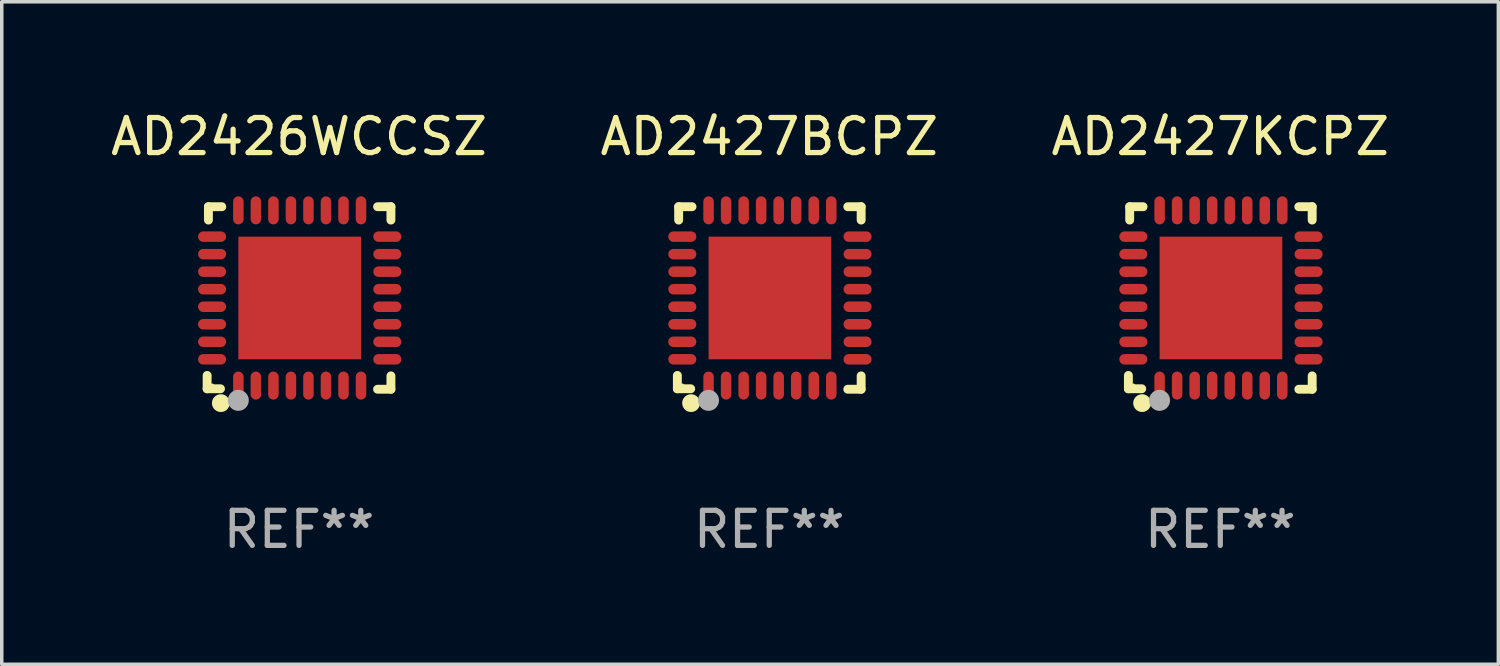
<source format=kicad_pcb>
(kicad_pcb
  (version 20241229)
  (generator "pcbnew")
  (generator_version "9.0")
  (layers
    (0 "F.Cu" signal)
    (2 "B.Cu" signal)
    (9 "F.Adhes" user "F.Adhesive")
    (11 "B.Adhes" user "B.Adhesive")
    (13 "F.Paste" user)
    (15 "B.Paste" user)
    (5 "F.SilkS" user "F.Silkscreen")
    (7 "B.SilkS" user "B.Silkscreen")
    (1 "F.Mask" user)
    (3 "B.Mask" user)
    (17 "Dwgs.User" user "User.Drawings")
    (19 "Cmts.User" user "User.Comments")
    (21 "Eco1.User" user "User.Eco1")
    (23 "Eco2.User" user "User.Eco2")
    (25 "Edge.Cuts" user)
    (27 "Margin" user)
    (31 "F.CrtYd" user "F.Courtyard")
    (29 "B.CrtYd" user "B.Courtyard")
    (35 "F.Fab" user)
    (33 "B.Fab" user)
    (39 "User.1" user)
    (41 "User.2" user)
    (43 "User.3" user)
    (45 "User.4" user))
  (footprint "AD2427BCPZ"
    (layer "F.Cu")
    (at 18.899 5.452)
    (property "Reference" "AD2427BCPZ" (at 0 -4.604 0) (layer "F.SilkS") (effects (font (size 1 1) (thickness 0.15))))
    (attr through_hole)
    (fp_line (start -2.622 2.21) (end -2.622 2.591) (stroke (width 0.254) (type solid)) (layer "F.SilkS"))
    (fp_line (start -2.622 2.591) (end -2.241 2.591) (stroke (width 0.254) (type solid)) (layer "F.SilkS"))
    (fp_line (start -2.585 -2.604) (end -2.585 -2.223) (stroke (width 0.254) (type solid)) (layer "F.SilkS"))
    (fp_line (start -2.204 -2.604) (end -2.585 -2.604) (stroke (width 0.254) (type solid)) (layer "F.SilkS"))
    (fp_line (start 2.241 2.604) (end 2.622 2.604) (stroke (width 0.254) (type solid)) (layer "F.SilkS"))
    (fp_line (start 2.622 -2.604) (end 2.241 -2.604) (stroke (width 0.254) (type solid)) (layer "F.SilkS"))
    (fp_line (start 2.622 -2.223) (end 2.622 -2.604) (stroke (width 0.254) (type solid)) (layer "F.SilkS"))
    (fp_line (start 2.622 2.604) (end 2.622 2.223) (stroke (width 0.254) (type solid)) (layer "F.SilkS"))
    (fp_circle (center -2.481 2.5) (end -2.451 2.5) (stroke (width 0.06) (type solid)) (fill no) (layer "F.SilkS"))
    (fp_circle (center -2.231 3) (end -2.104 3) (stroke (width 0.254) (type solid)) (fill no) (layer "F.SilkS"))
    (fp_circle (center -1.733 2.921) (end -1.583 2.921) (stroke (width 0.3) (type solid)) (fill no) (layer "F.Fab"))
    (fp_text user "REF**" (at 0 6.604 0) (layer "F.Fab") (effects (font (size 1 1) (thickness 0.15))))
    (pad "1" smd oval (at -1.731 2.5 90) (size 0.8 0.3) (layers "F.Cu" "F.Mask" "F.Paste"))
    (pad "2" smd oval (at -1.231 2.5 90) (size 0.8 0.3) (layers "F.Cu" "F.Mask" "F.Paste"))
    (pad "3" smd oval (at -0.731 2.5 90) (size 0.8 0.3) (layers "F.Cu" "F.Mask" "F.Paste"))
    (pad "4" smd oval (at -0.231 2.5 90) (size 0.8 0.3) (layers "F.Cu" "F.Mask" "F.Paste"))
    (pad "5" smd oval (at 0.269 2.5 90) (size 0.8 0.3) (layers "F.Cu" "F.Mask" "F.Paste"))
    (pad "6" smd oval (at 0.769 2.5 90) (size 0.8 0.3) (layers "F.Cu" "F.Mask" "F.Paste"))
    (pad "7" smd oval (at 1.269 2.5 90) (size 0.8 0.3) (layers "F.Cu" "F.Mask" "F.Paste"))
    (pad "8" smd oval (at 1.769 2.5 90) (size 0.8 0.3) (layers "F.Cu" "F.Mask" "F.Paste"))
    (pad "9" smd oval (at 2.519 1.75 180) (size 0.8 0.3) (layers "F.Cu" "F.Mask" "F.Paste"))
    (pad "10" smd oval (at 2.519 1.25 180) (size 0.8 0.3) (layers "F.Cu" "F.Mask" "F.Paste"))
    (pad "11" smd oval (at 2.519 0.75 180) (size 0.8 0.3) (layers "F.Cu" "F.Mask" "F.Paste"))
    (pad "12" smd oval (at 2.519 0.25 180) (size 0.8 0.3) (layers "F.Cu" "F.Mask" "F.Paste"))
    (pad "13" smd oval (at 2.519 -0.25 180) (size 0.8 0.3) (layers "F.Cu" "F.Mask" "F.Paste"))
    (pad "14" smd oval (at 2.519 -0.75 180) (size 0.8 0.3) (layers "F.Cu" "F.Mask" "F.Paste"))
    (pad "15" smd oval (at 2.519 -1.25 180) (size 0.8 0.3) (layers "F.Cu" "F.Mask" "F.Paste"))
    (pad "16" smd oval (at 2.519 -1.75 180) (size 0.8 0.3) (layers "F.Cu" "F.Mask" "F.Paste"))
    (pad "17" smd oval (at 1.769 -2.5 270) (size 0.8 0.3) (layers "F.Cu" "F.Mask" "F.Paste"))
    (pad "18" smd oval (at 1.269 -2.5 270) (size 0.8 0.3) (layers "F.Cu" "F.Mask" "F.Paste"))
    (pad "19" smd oval (at 0.769 -2.5 270) (size 0.8 0.3) (layers "F.Cu" "F.Mask" "F.Paste"))
    (pad "20" smd oval (at 0.269 -2.5 270) (size 0.8 0.3) (layers "F.Cu" "F.Mask" "F.Paste"))
    (pad "21" smd oval (at -0.231 -2.5 270) (size 0.8 0.3) (layers "F.Cu" "F.Mask" "F.Paste"))
    (pad "22" smd oval (at -0.731 -2.5 270) (size 0.8 0.3) (layers "F.Cu" "F.Mask" "F.Paste"))
    (pad "23" smd oval (at -1.231 -2.5 270) (size 0.8 0.3) (layers "F.Cu" "F.Mask" "F.Paste"))
    (pad "24" smd oval (at -1.731 -2.5 270) (size 0.8 0.3) (layers "F.Cu" "F.Mask" "F.Paste"))
    (pad "25" smd oval (at -2.481 -1.75) (size 0.8 0.3) (layers "F.Cu" "F.Mask" "F.Paste"))
    (pad "26" smd oval (at -2.481 -1.25) (size 0.8 0.3) (layers "F.Cu" "F.Mask" "F.Paste"))
    (pad "27" smd oval (at -2.481 -0.75) (size 0.8 0.3) (layers "F.Cu" "F.Mask" "F.Paste"))
    (pad "28" smd oval (at -2.481 -0.25) (size 0.8 0.3) (layers "F.Cu" "F.Mask" "F.Paste"))
    (pad "29" smd oval (at -2.481 0.25) (size 0.8 0.3) (layers "F.Cu" "F.Mask" "F.Paste"))
    (pad "30" smd oval (at -2.481 0.75) (size 0.8 0.3) (layers "F.Cu" "F.Mask" "F.Paste"))
    (pad "31" smd oval (at -2.481 1.25) (size 0.8 0.3) (layers "F.Cu" "F.Mask" "F.Paste"))
    (pad "32" smd oval (at -2.481 1.75) (size 0.8 0.3) (layers "F.Cu" "F.Mask" "F.Paste"))
    (pad "33" smd rect (at 0.019 -0.000025 90) (size 3.5 3.5) (layers "F.Cu" "F.Mask" "F.Paste")))
  (footprint "AD2427KCPZ"
    (layer "F.Cu")
    (at 31.768 5.452)
    (property "Reference" "AD2427KCPZ" (at 0 -4.604 0) (layer "F.SilkS") (effects (font (size 1 1) (thickness 0.15))))
    (attr through_hole)
    (fp_line (start -2.622 2.21) (end -2.622 2.591) (stroke (width 0.254) (type solid)) (layer "F.SilkS"))
    (fp_line (start -2.622 2.591) (end -2.241 2.591) (stroke (width 0.254) (type solid)) (layer "F.SilkS"))
    (fp_line (start -2.585 -2.604) (end -2.585 -2.223) (stroke (width 0.254) (type solid)) (layer "F.SilkS"))
    (fp_line (start -2.204 -2.604) (end -2.585 -2.604) (stroke (width 0.254) (type solid)) (layer "F.SilkS"))
    (fp_line (start 2.241 2.604) (end 2.622 2.604) (stroke (width 0.254) (type solid)) (layer "F.SilkS"))
    (fp_line (start 2.622 -2.604) (end 2.241 -2.604) (stroke (width 0.254) (type solid)) (layer "F.SilkS"))
    (fp_line (start 2.622 -2.223) (end 2.622 -2.604) (stroke (width 0.254) (type solid)) (layer "F.SilkS"))
    (fp_line (start 2.622 2.604) (end 2.622 2.223) (stroke (width 0.254) (type solid)) (layer "F.SilkS"))
    (fp_circle (center -2.481 2.5) (end -2.451 2.5) (stroke (width 0.06) (type solid)) (fill no) (layer "F.SilkS"))
    (fp_circle (center -2.231 3) (end -2.104 3) (stroke (width 0.254) (type solid)) (fill no) (layer "F.SilkS"))
    (fp_circle (center -1.733 2.921) (end -1.583 2.921) (stroke (width 0.3) (type solid)) (fill no) (layer "F.Fab"))
    (fp_text user "REF**" (at 0 6.604 0) (layer "F.Fab") (effects (font (size 1 1) (thickness 0.15))))
    (pad "1" smd oval (at -1.731 2.5 90) (size 0.8 0.3) (layers "F.Cu" "F.Mask" "F.Paste"))
    (pad "2" smd oval (at -1.231 2.5 90) (size 0.8 0.3) (layers "F.Cu" "F.Mask" "F.Paste"))
    (pad "3" smd oval (at -0.731 2.5 90) (size 0.8 0.3) (layers "F.Cu" "F.Mask" "F.Paste"))
    (pad "4" smd oval (at -0.231 2.5 90) (size 0.8 0.3) (layers "F.Cu" "F.Mask" "F.Paste"))
    (pad "5" smd oval (at 0.269 2.5 90) (size 0.8 0.3) (layers "F.Cu" "F.Mask" "F.Paste"))
    (pad "6" smd oval (at 0.769 2.5 90) (size 0.8 0.3) (layers "F.Cu" "F.Mask" "F.Paste"))
    (pad "7" smd oval (at 1.269 2.5 90) (size 0.8 0.3) (layers "F.Cu" "F.Mask" "F.Paste"))
    (pad "8" smd oval (at 1.769 2.5 90) (size 0.8 0.3) (layers "F.Cu" "F.Mask" "F.Paste"))
    (pad "9" smd oval (at 2.519 1.75 180) (size 0.8 0.3) (layers "F.Cu" "F.Mask" "F.Paste"))
    (pad "10" smd oval (at 2.519 1.25 180) (size 0.8 0.3) (layers "F.Cu" "F.Mask" "F.Paste"))
    (pad "11" smd oval (at 2.519 0.75 180) (size 0.8 0.3) (layers "F.Cu" "F.Mask" "F.Paste"))
    (pad "12" smd oval (at 2.519 0.25 180) (size 0.8 0.3) (layers "F.Cu" "F.Mask" "F.Paste"))
    (pad "13" smd oval (at 2.519 -0.25 180) (size 0.8 0.3) (layers "F.Cu" "F.Mask" "F.Paste"))
    (pad "14" smd oval (at 2.519 -0.75 180) (size 0.8 0.3) (layers "F.Cu" "F.Mask" "F.Paste"))
    (pad "15" smd oval (at 2.519 -1.25 180) (size 0.8 0.3) (layers "F.Cu" "F.Mask" "F.Paste"))
    (pad "16" smd oval (at 2.519 -1.75 180) (size 0.8 0.3) (layers "F.Cu" "F.Mask" "F.Paste"))
    (pad "17" smd oval (at 1.769 -2.5 270) (size 0.8 0.3) (layers "F.Cu" "F.Mask" "F.Paste"))
    (pad "18" smd oval (at 1.269 -2.5 270) (size 0.8 0.3) (layers "F.Cu" "F.Mask" "F.Paste"))
    (pad "19" smd oval (at 0.769 -2.5 270) (size 0.8 0.3) (layers "F.Cu" "F.Mask" "F.Paste"))
    (pad "20" smd oval (at 0.269 -2.5 270) (size 0.8 0.3) (layers "F.Cu" "F.Mask" "F.Paste"))
    (pad "21" smd oval (at -0.231 -2.5 270) (size 0.8 0.3) (layers "F.Cu" "F.Mask" "F.Paste"))
    (pad "22" smd oval (at -0.731 -2.5 270) (size 0.8 0.3) (layers "F.Cu" "F.Mask" "F.Paste"))
    (pad "23" smd oval (at -1.231 -2.5 270) (size 0.8 0.3) (layers "F.Cu" "F.Mask" "F.Paste"))
    (pad "24" smd oval (at -1.731 -2.5 270) (size 0.8 0.3) (layers "F.Cu" "F.Mask" "F.Paste"))
    (pad "25" smd oval (at -2.481 -1.75) (size 0.8 0.3) (layers "F.Cu" "F.Mask" "F.Paste"))
    (pad "26" smd oval (at -2.481 -1.25) (size 0.8 0.3) (layers "F.Cu" "F.Mask" "F.Paste"))
    (pad "27" smd oval (at -2.481 -0.75) (size 0.8 0.3) (layers "F.Cu" "F.Mask" "F.Paste"))
    (pad "28" smd oval (at -2.481 -0.25) (size 0.8 0.3) (layers "F.Cu" "F.Mask" "F.Paste"))
    (pad "29" smd oval (at -2.481 0.25) (size 0.8 0.3) (layers "F.Cu" "F.Mask" "F.Paste"))
    (pad "30" smd oval (at -2.481 0.75) (size 0.8 0.3) (layers "F.Cu" "F.Mask" "F.Paste"))
    (pad "31" smd oval (at -2.481 1.25) (size 0.8 0.3) (layers "F.Cu" "F.Mask" "F.Paste"))
    (pad "32" smd oval (at -2.481 1.75) (size 0.8 0.3) (layers "F.Cu" "F.Mask" "F.Paste"))
    (pad "33" smd rect (at 0.019 -0.000025 90) (size 3.5 3.5) (layers "F.Cu" "F.Mask" "F.Paste")))
  (footprint "AD2426WCCSZ"
    (layer "F.Cu")
    (at 5.482 5.452)
    (property "Reference" "AD2426WCCSZ" (at 0 -4.604 0) (layer "F.SilkS") (effects (font (size 1 1) (thickness 0.15))))
    (attr through_hole)
    (fp_line (start -2.622 2.21) (end -2.622 2.591) (stroke (width 0.254) (type solid)) (layer "F.SilkS"))
    (fp_line (start -2.622 2.591) (end -2.241 2.591) (stroke (width 0.254) (type solid)) (layer "F.SilkS"))
    (fp_line (start -2.585 -2.604) (end -2.585 -2.223) (stroke (width 0.254) (type solid)) (layer "F.SilkS"))
    (fp_line (start -2.204 -2.604) (end -2.585 -2.604) (stroke (width 0.254) (type solid)) (layer "F.SilkS"))
    (fp_line (start 2.241 2.604) (end 2.622 2.604) (stroke (width 0.254) (type solid)) (layer "F.SilkS"))
    (fp_line (start 2.622 -2.604) (end 2.241 -2.604) (stroke (width 0.254) (type solid)) (layer "F.SilkS"))
    (fp_line (start 2.622 -2.223) (end 2.622 -2.604) (stroke (width 0.254) (type solid)) (layer "F.SilkS"))
    (fp_line (start 2.622 2.604) (end 2.622 2.223) (stroke (width 0.254) (type solid)) (layer "F.SilkS"))
    (fp_circle (center -2.481 2.5) (end -2.451 2.5) (stroke (width 0.06) (type solid)) (fill no) (layer "F.SilkS"))
    (fp_circle (center -2.231 3) (end -2.104 3) (stroke (width 0.254) (type solid)) (fill no) (layer "F.SilkS"))
    (fp_circle (center -1.733 2.921) (end -1.583 2.921) (stroke (width 0.3) (type solid)) (fill no) (layer "F.Fab"))
    (fp_text user "REF**" (at 0 6.604 0) (layer "F.Fab") (effects (font (size 1 1) (thickness 0.15))))
    (pad "1" smd oval (at -1.731 2.5 90) (size 0.8 0.3) (layers "F.Cu" "F.Mask" "F.Paste"))
    (pad "2" smd oval (at -1.231 2.5 90) (size 0.8 0.3) (layers "F.Cu" "F.Mask" "F.Paste"))
    (pad "3" smd oval (at -0.731 2.5 90) (size 0.8 0.3) (layers "F.Cu" "F.Mask" "F.Paste"))
    (pad "4" smd oval (at -0.231 2.5 90) (size 0.8 0.3) (layers "F.Cu" "F.Mask" "F.Paste"))
    (pad "5" smd oval (at 0.269 2.5 90) (size 0.8 0.3) (layers "F.Cu" "F.Mask" "F.Paste"))
    (pad "6" smd oval (at 0.769 2.5 90) (size 0.8 0.3) (layers "F.Cu" "F.Mask" "F.Paste"))
    (pad "7" smd oval (at 1.269 2.5 90) (size 0.8 0.3) (layers "F.Cu" "F.Mask" "F.Paste"))
    (pad "8" smd oval (at 1.769 2.5 90) (size 0.8 0.3) (layers "F.Cu" "F.Mask" "F.Paste"))
    (pad "9" smd oval (at 2.519 1.75 180) (size 0.8 0.3) (layers "F.Cu" "F.Mask" "F.Paste"))
    (pad "10" smd oval (at 2.519 1.25 180) (size 0.8 0.3) (layers "F.Cu" "F.Mask" "F.Paste"))
    (pad "11" smd oval (at 2.519 0.75 180) (size 0.8 0.3) (layers "F.Cu" "F.Mask" "F.Paste"))
    (pad "12" smd oval (at 2.519 0.25 180) (size 0.8 0.3) (layers "F.Cu" "F.Mask" "F.Paste"))
    (pad "13" smd oval (at 2.519 -0.25 180) (size 0.8 0.3) (layers "F.Cu" "F.Mask" "F.Paste"))
    (pad "14" smd oval (at 2.519 -0.75 180) (size 0.8 0.3) (layers "F.Cu" "F.Mask" "F.Paste"))
    (pad "15" smd oval (at 2.519 -1.25 180) (size 0.8 0.3) (layers "F.Cu" "F.Mask" "F.Paste"))
    (pad "16" smd oval (at 2.519 -1.75 180) (size 0.8 0.3) (layers "F.Cu" "F.Mask" "F.Paste"))
    (pad "17" smd oval (at 1.769 -2.5 270) (size 0.8 0.3) (layers "F.Cu" "F.Mask" "F.Paste"))
    (pad "18" smd oval (at 1.269 -2.5 270) (size 0.8 0.3) (layers "F.Cu" "F.Mask" "F.Paste"))
    (pad "19" smd oval (at 0.769 -2.5 270) (size 0.8 0.3) (layers "F.Cu" "F.Mask" "F.Paste"))
    (pad "20" smd oval (at 0.269 -2.5 270) (size 0.8 0.3) (layers "F.Cu" "F.Mask" "F.Paste"))
    (pad "21" smd oval (at -0.231 -2.5 270) (size 0.8 0.3) (layers "F.Cu" "F.Mask" "F.Paste"))
    (pad "22" smd oval (at -0.731 -2.5 270) (size 0.8 0.3) (layers "F.Cu" "F.Mask" "F.Paste"))
    (pad "23" smd oval (at -1.231 -2.5 270) (size 0.8 0.3) (layers "F.Cu" "F.Mask" "F.Paste"))
    (pad "24" smd oval (at -1.731 -2.5 270) (size 0.8 0.3) (layers "F.Cu" "F.Mask" "F.Paste"))
    (pad "25" smd oval (at -2.481 -1.75) (size 0.8 0.3) (layers "F.Cu" "F.Mask" "F.Paste"))
    (pad "26" smd oval (at -2.481 -1.25) (size 0.8 0.3) (layers "F.Cu" "F.Mask" "F.Paste"))
    (pad "27" smd oval (at -2.481 -0.75) (size 0.8 0.3) (layers "F.Cu" "F.Mask" "F.Paste"))
    (pad "28" smd oval (at -2.481 -0.25) (size 0.8 0.3) (layers "F.Cu" "F.Mask" "F.Paste"))
    (pad "29" smd oval (at -2.481 0.25) (size 0.8 0.3) (layers "F.Cu" "F.Mask" "F.Paste"))
    (pad "30" smd oval (at -2.481 0.75) (size 0.8 0.3) (layers "F.Cu" "F.Mask" "F.Paste"))
    (pad "31" smd oval (at -2.481 1.25) (size 0.8 0.3) (layers "F.Cu" "F.Mask" "F.Paste"))
    (pad "32" smd oval (at -2.481 1.75) (size 0.8 0.3) (layers "F.Cu" "F.Mask" "F.Paste"))
    (pad "33" smd rect (at 0.019 -0.000025 90) (size 3.5 3.5) (layers "F.Cu" "F.Mask" "F.Paste")))
  (gr_rect
    (start -3 -3)
    (end 39.702 15.904)
    (stroke (width 0.1) (type default))
    (fill no)
    (layer "Edge.Cuts")))
</source>
